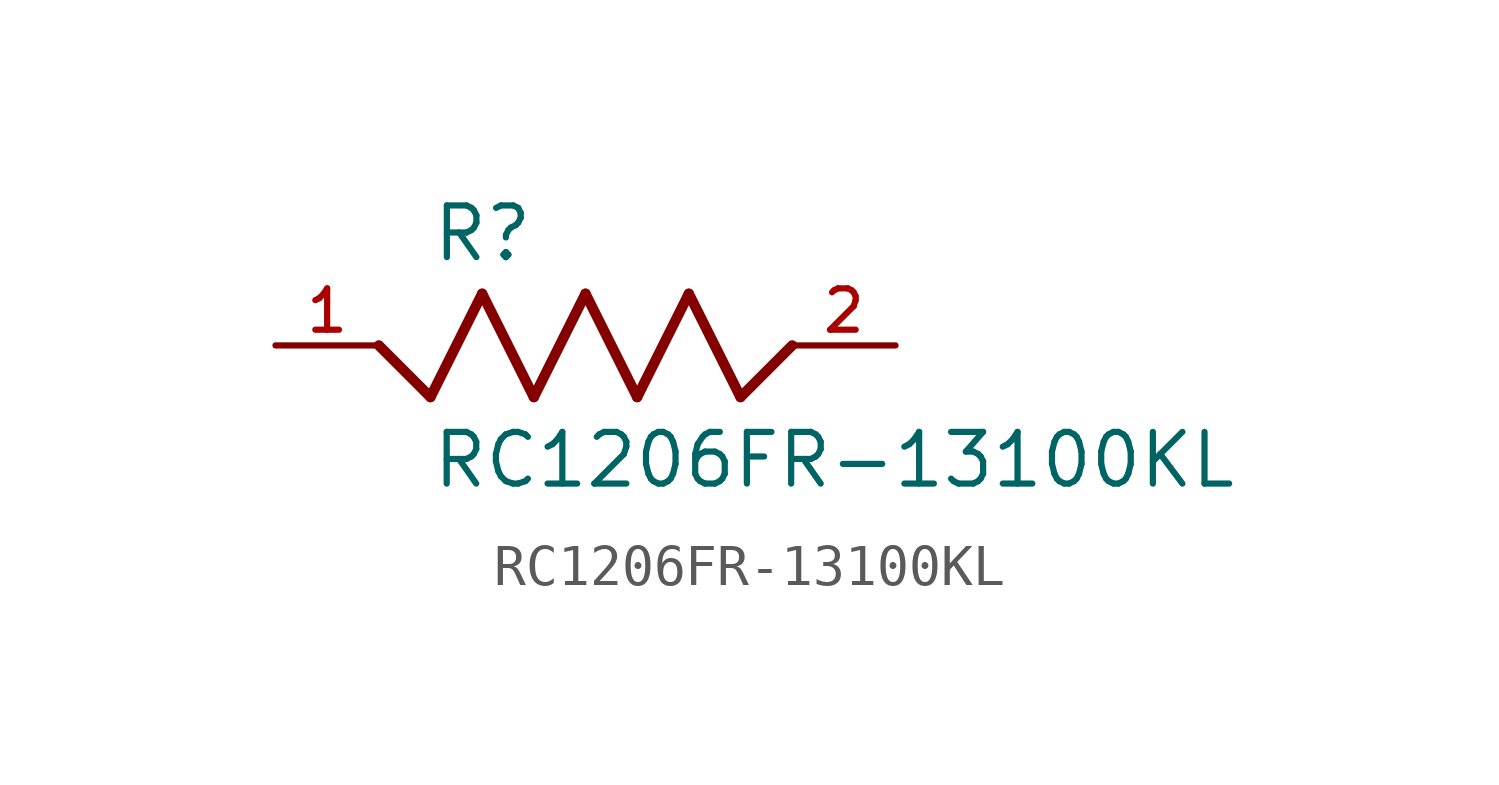
<source format=kicad_sym>
(kicad_symbol_lib
  (version 20211014)
  (generator kicad_symbol_editor)
  (symbol "RC1206FR-13100KL"
    (pin_names
      (offset 1.016))
    (property "Reference" "R"
      (at -3.81 2.007 0)
      (effects (font (size 1.27 1.27)) (justify bottom left)))
    (property "Value" "RC1206FR-13100KL"
      (at -3.814 -3.559 0)
      (effects (font (size 1.27 1.27)) (justify bottom left)))
    (symbol "RC1206FR-13100KL_0_0"
      (polyline (pts (xy -5.08 0.0) (xy -3.81 -1.27)) (stroke (width 0.254)))
      (polyline (pts (xy -3.81 -1.27) (xy -2.54 1.27)) (stroke (width 0.254)))
      (polyline (pts (xy -2.54 1.27) (xy -1.27 -1.27)) (stroke (width 0.254)))
      (polyline (pts (xy -1.27 -1.27) (xy 0.0 1.27)) (stroke (width 0.254)))
      (polyline (pts (xy 0.0 1.27) (xy 1.27 -1.27)) (stroke (width 0.254)))
      (polyline (pts (xy 1.27 -1.27) (xy 2.54 1.27)) (stroke (width 0.254)))
      (polyline (pts (xy 2.54 1.27) (xy 3.81 -1.27)) (stroke (width 0.254)))
      (polyline (pts (xy 3.81 -1.27) (xy 5.08 0.0)) (stroke (width 0.254)))
      (pin passive line (at -7.62 0.0 0) (length 2.54) (name "~" (effects (font (size 1.016 1.016)))) (number "1" (effects (font (size 1.016 1.016)))))
      (pin passive line (at 7.62 0.0 180.0) (length 2.54) (name "~" (effects (font (size 1.016 1.016)))) (number "2" (effects (font (size 1.016 1.016))))))))
</source>
